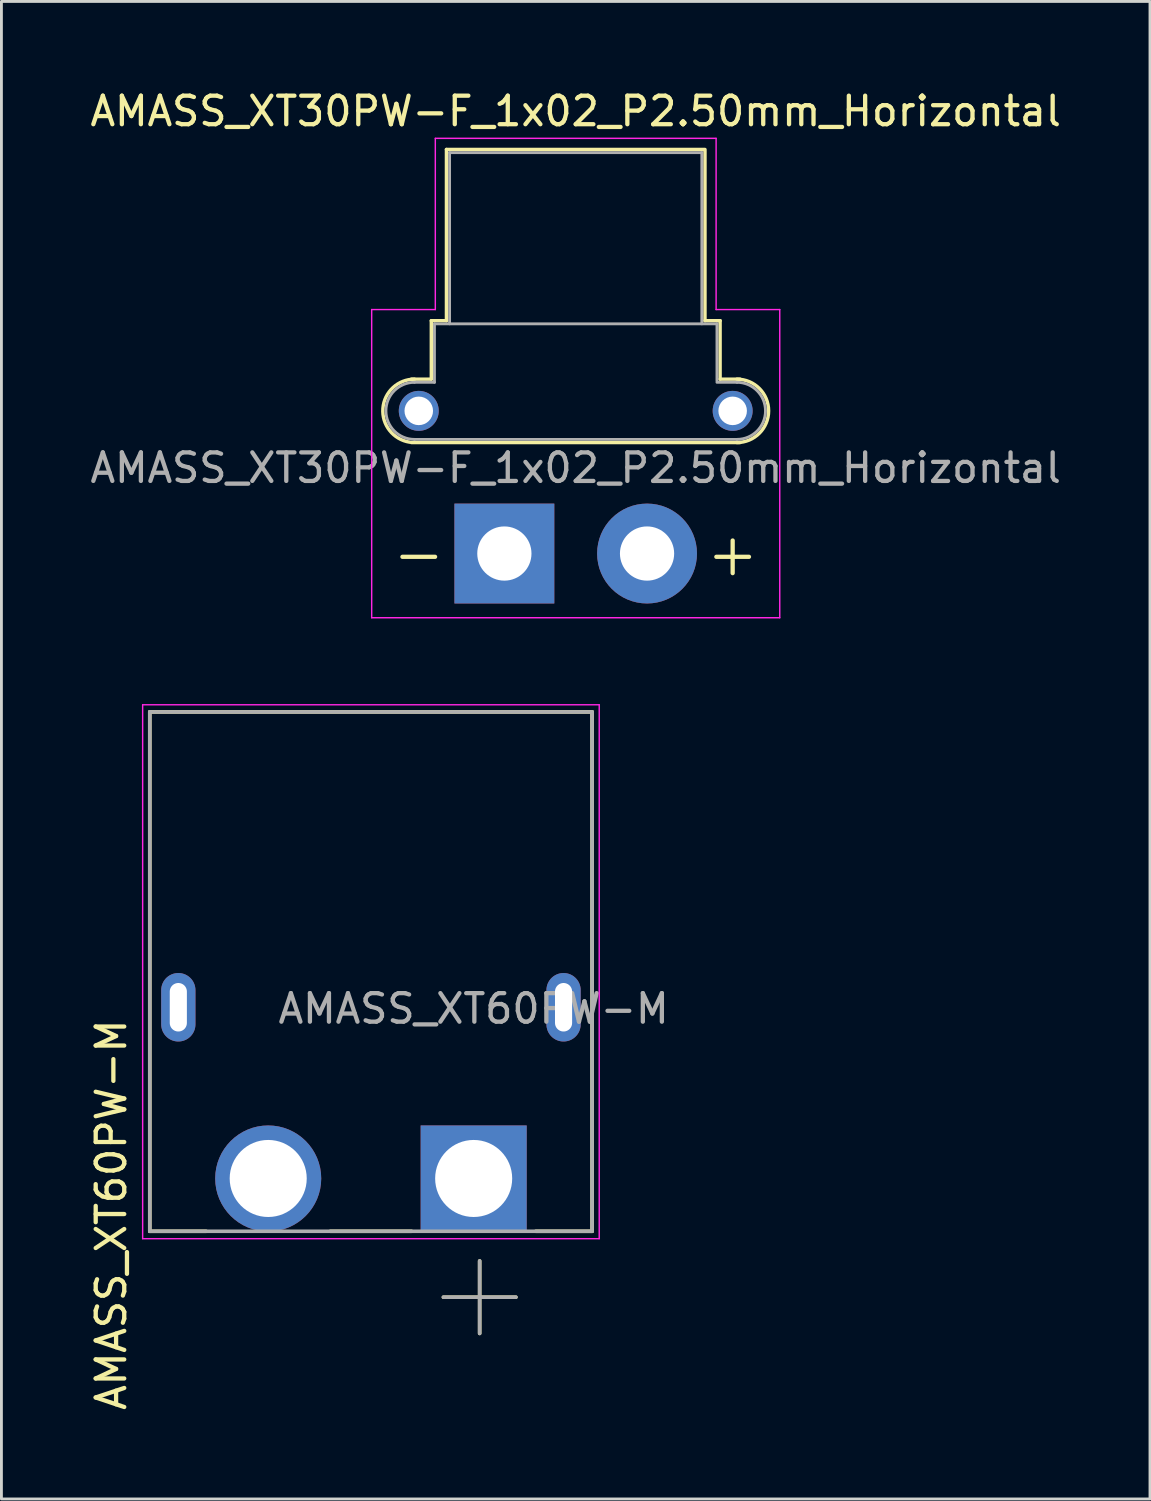
<source format=kicad_pcb>
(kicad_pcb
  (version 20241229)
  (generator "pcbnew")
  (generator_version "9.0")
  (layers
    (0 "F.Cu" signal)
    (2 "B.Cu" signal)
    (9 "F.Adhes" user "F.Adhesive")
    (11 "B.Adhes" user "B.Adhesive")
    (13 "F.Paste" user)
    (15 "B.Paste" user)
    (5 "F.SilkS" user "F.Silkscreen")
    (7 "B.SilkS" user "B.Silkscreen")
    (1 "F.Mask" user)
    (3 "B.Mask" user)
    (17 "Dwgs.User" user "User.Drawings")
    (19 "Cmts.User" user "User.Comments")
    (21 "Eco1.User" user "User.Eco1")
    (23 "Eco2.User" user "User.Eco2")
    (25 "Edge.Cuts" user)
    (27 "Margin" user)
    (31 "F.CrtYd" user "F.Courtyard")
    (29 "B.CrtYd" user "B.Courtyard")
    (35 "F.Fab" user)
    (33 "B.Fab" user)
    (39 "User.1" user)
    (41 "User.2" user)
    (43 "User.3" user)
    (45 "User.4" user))
  (footprint "AMASS_XT30PW-F_1x02_P2.50mm_Horizontal"
    (layer "F.Cu")
    (at 14.625 16.348)
    (property "Reference" "AMASS_XT30PW-F_1x02_P2.50mm_Horizontal" (at 2.5 -15.5 0) (layer "F.SilkS") (effects (font (size 1 1) (thickness 0.15))))
    (attr through_hole)
    (fp_line (start -3.26 -6.11) (end -2.56 -6.11) (stroke (width 0.12) (type solid)) (layer "F.SilkS"))
    (fp_line (start -3.26 -3.89) (end 8.26 -3.89) (stroke (width 0.12) (type solid)) (layer "F.SilkS"))
    (fp_line (start -2.56 -8.16) (end -2.56 -6.11) (stroke (width 0.12) (type solid)) (layer "F.SilkS"))
    (fp_line (start -2.56 -8.16) (end -2.03 -8.16) (stroke (width 0.12) (type solid)) (layer "F.SilkS"))
    (fp_line (start -2.03 -14.16) (end -2.03 -8.16) (stroke (width 0.12) (type solid)) (layer "F.SilkS"))
    (fp_line (start -2.03 -14.16) (end 7 -14.16) (stroke (width 0.12) (type solid)) (layer "F.SilkS"))
    (fp_line (start 7.03 -14.16) (end 7.03 -8.16) (stroke (width 0.12) (type solid)) (layer "F.SilkS"))
    (fp_line (start 7.03 -8.16) (end 7.56 -8.16) (stroke (width 0.12) (type solid)) (layer "F.SilkS"))
    (fp_line (start 7.56 -8.16) (end 7.56 -6.11) (stroke (width 0.12) (type solid)) (layer "F.SilkS"))
    (fp_line (start 7.56 -6.11) (end 8.26 -6.11) (stroke (width 0.12) (type solid)) (layer "F.SilkS"))
    (fp_arc (start -3.321729 -3.903365) (mid -4.256653 -5.086124) (end -3.15 -6.11) (stroke (width 0.12) (type solid)) (layer "F.SilkS"))
    (fp_arc (start 8.15 -6.11) (mid 9.26 -5) (end 8.15 -3.89) (stroke (width 0.12) (type solid)) (layer "F.SilkS"))
    (fp_line (start -4.65 -8.55) (end -4.65 2.25) (stroke (width 0.05) (type solid)) (layer "F.CrtYd"))
    (fp_line (start -4.65 -8.55) (end -2.42 -8.55) (stroke (width 0.05) (type solid)) (layer "F.CrtYd"))
    (fp_line (start -4.65 2.25) (end 9.65 2.25) (stroke (width 0.05) (type solid)) (layer "F.CrtYd"))
    (fp_line (start -2.42 -14.55) (end -2.42 -8.55) (stroke (width 0.05) (type solid)) (layer "F.CrtYd"))
    (fp_line (start -2.42 -14.55) (end 7.42 -14.55) (stroke (width 0.05) (type solid)) (layer "F.CrtYd"))
    (fp_line (start 7.42 -14.55) (end 7.42 -8.55) (stroke (width 0.05) (type solid)) (layer "F.CrtYd"))
    (fp_line (start 7.42 -8.55) (end 9.65 -8.55) (stroke (width 0.05) (type solid)) (layer "F.CrtYd"))
    (fp_line (start 9.65 -8.55) (end 9.65 2.25) (stroke (width 0.05) (type solid)) (layer "F.CrtYd"))
    (fp_line (start -3.15 -6) (end -2.45 -6) (stroke (width 0.1) (type solid)) (layer "F.Fab"))
    (fp_line (start -3.15 -4) (end 8.15 -4) (stroke (width 0.1) (type solid)) (layer "F.Fab"))
    (fp_line (start -2.45 -8.05) (end -2.45 -6) (stroke (width 0.1) (type solid)) (layer "F.Fab"))
    (fp_line (start -2.45 -8.05) (end 7.45 -8.05) (stroke (width 0.1) (type solid)) (layer "F.Fab"))
    (fp_line (start -1.92 -14.05) (end -1.92 -8.05) (stroke (width 0.1) (type solid)) (layer "F.Fab"))
    (fp_line (start -1.92 -14.05) (end 6.92 -14.05) (stroke (width 0.1) (type solid)) (layer "F.Fab"))
    (fp_line (start 6.92 -14.05) (end 6.92 -8.05) (stroke (width 0.1) (type solid)) (layer "F.Fab"))
    (fp_line (start 7.45 -8.05) (end 7.45 -6.05) (stroke (width 0.1) (type solid)) (layer "F.Fab"))
    (fp_line (start 7.45 -6) (end 8.15 -6) (stroke (width 0.1) (type solid)) (layer "F.Fab"))
    (fp_arc (start -3.15 -4) (mid -4.15 -5) (end -3.15 -6) (stroke (width 0.1) (type solid)) (layer "F.Fab"))
    (fp_arc (start 8.15 -6) (mid 9.15 -5) (end 8.15 -4) (stroke (width 0.1) (type solid)) (layer "F.Fab"))
    (fp_text user "-" (at -3 0 0) (layer "F.SilkS") (effects (font (size 1.5 1.5) (thickness 0.15))))
    (fp_text user "+" (at 8 0 0) (layer "F.SilkS") (effects (font (size 1.5 1.5) (thickness 0.15))))
    (fp_text user "${REFERENCE}" (at 2.5 -3 0) (layer "F.Fab") (effects (font (size 1 1) (thickness 0.15))))
    (pad "" thru_hole circle (at -3 -5 90) (size 1.4 1.4) (drill 1) (layers "*.Cu" "*.Mask"))
    (pad "" thru_hole circle (at 8 -5) (size 1.4 1.4) (drill 1) (layers "*.Cu" "*.Mask"))
    (pad "1" thru_hole rect (at 0 0) (size 3.5 3.5) (drill 1.9) (layers "*.Cu" "*.Mask"))
    (pad "2" thru_hole circle (at 5 0) (size 3.5 3.5) (drill 1.9) (layers "*.Cu" "*.Mask")))
  (footprint "AMASS_XT60PW-M"
    (layer "F.Cu")
    (at 9.949 32.248)
    (property "Reference" "AMASS_XT60PW-M" (at -9.1 7.27 270) (layer "F.SilkS") (effects (font (size 1 1) (thickness 0.15))))
    (attr through_hole)
    (fp_line (start -7.75 -10.35) (end -7.75 7.85) (stroke (width 0.127) (type solid)) (layer "F.SilkS"))
    (fp_line (start -7.75 7.85) (end -5.778 7.85) (stroke (width 0.127) (type solid)) (layer "F.SilkS"))
    (fp_line (start -1.422 7.85) (end 1.422 7.85) (stroke (width 0.127) (type solid)) (layer "F.SilkS"))
    (fp_line (start 2.54 10.16) (end 3.81 10.16) (stroke (width 0.127) (type solid)) (layer "F.SilkS"))
    (fp_line (start 3.81 10.16) (end 3.81 8.89) (stroke (width 0.127) (type solid)) (layer "F.SilkS"))
    (fp_line (start 3.81 10.16) (end 3.81 11.43) (stroke (width 0.127) (type solid)) (layer "F.SilkS"))
    (fp_line (start 5.08 10.16) (end 3.81 10.16) (stroke (width 0.127) (type solid)) (layer "F.SilkS"))
    (fp_line (start 7.75 -10.35) (end -7.75 -10.35) (stroke (width 0.127) (type solid)) (layer "F.SilkS"))
    (fp_line (start 7.75 7.85) (end 5.778 7.85) (stroke (width 0.127) (type solid)) (layer "F.SilkS"))
    (fp_line (start 7.75 7.85) (end 7.75 -10.35) (stroke (width 0.127) (type solid)) (layer "F.SilkS"))
    (fp_line (start -8 -10.6) (end -8 8.11) (stroke (width 0.05) (type solid)) (layer "F.CrtYd"))
    (fp_line (start -8 8.11) (end 8 8.11) (stroke (width 0.05) (type solid)) (layer "F.CrtYd"))
    (fp_line (start 8 -10.6) (end -8 -10.6) (stroke (width 0.05) (type solid)) (layer "F.CrtYd"))
    (fp_line (start 8 8.11) (end 8 -10.6) (stroke (width 0.05) (type solid)) (layer "F.CrtYd"))
    (fp_line (start -7.75 -10.35) (end -7.75 7.85) (stroke (width 0.127) (type solid)) (layer "F.Fab"))
    (fp_line (start -7.75 7.85) (end 7.75 7.85) (stroke (width 0.127) (type solid)) (layer "F.Fab"))
    (fp_line (start 2.54 10.16) (end 3.81 10.16) (stroke (width 0.127) (type solid)) (layer "F.Fab"))
    (fp_line (start 3.81 10.16) (end 3.81 8.89) (stroke (width 0.127) (type solid)) (layer "F.Fab"))
    (fp_line (start 3.81 10.16) (end 3.81 11.43) (stroke (width 0.127) (type solid)) (layer "F.Fab"))
    (fp_line (start 5.08 10.16) (end 3.81 10.16) (stroke (width 0.127) (type solid)) (layer "F.Fab"))
    (fp_line (start 7.75 -10.35) (end -7.75 -10.35) (stroke (width 0.127) (type solid)) (layer "F.Fab"))
    (fp_line (start 7.75 7.85) (end 7.75 -10.35) (stroke (width 0.127) (type solid)) (layer "F.Fab"))
    (fp_text user "${REFERENCE}" (at 3.6 0.05 180) (layer "F.Fab") (effects (font (size 1 1) (thickness 0.15))))
    (pad "1" thru_hole circle (at -3.6 6) (size 3.716 3.716) (drill 2.7) (layers "*.Cu" "*.Mask"))
    (pad "2" thru_hole rect (at 3.6 6) (size 3.716 3.716) (drill 2.7) (layers "*.Cu" "*.Mask"))
    (pad "S1" thru_hole oval (at 6.75 0) (size 1.2 2.4) (drill oval 0.6 1.7) (layers "*.Cu" "*.Mask"))
    (pad "S2" thru_hole oval (at -6.75 0) (size 1.2 2.4) (drill oval 0.6 1.7) (layers "*.Cu" "*.Mask")))
  (gr_rect
    (start -3 -3)
    (end 37.25 49.48)
    (stroke (width 0.1) (type default))
    (fill no)
    (layer "Edge.Cuts")))
</source>
